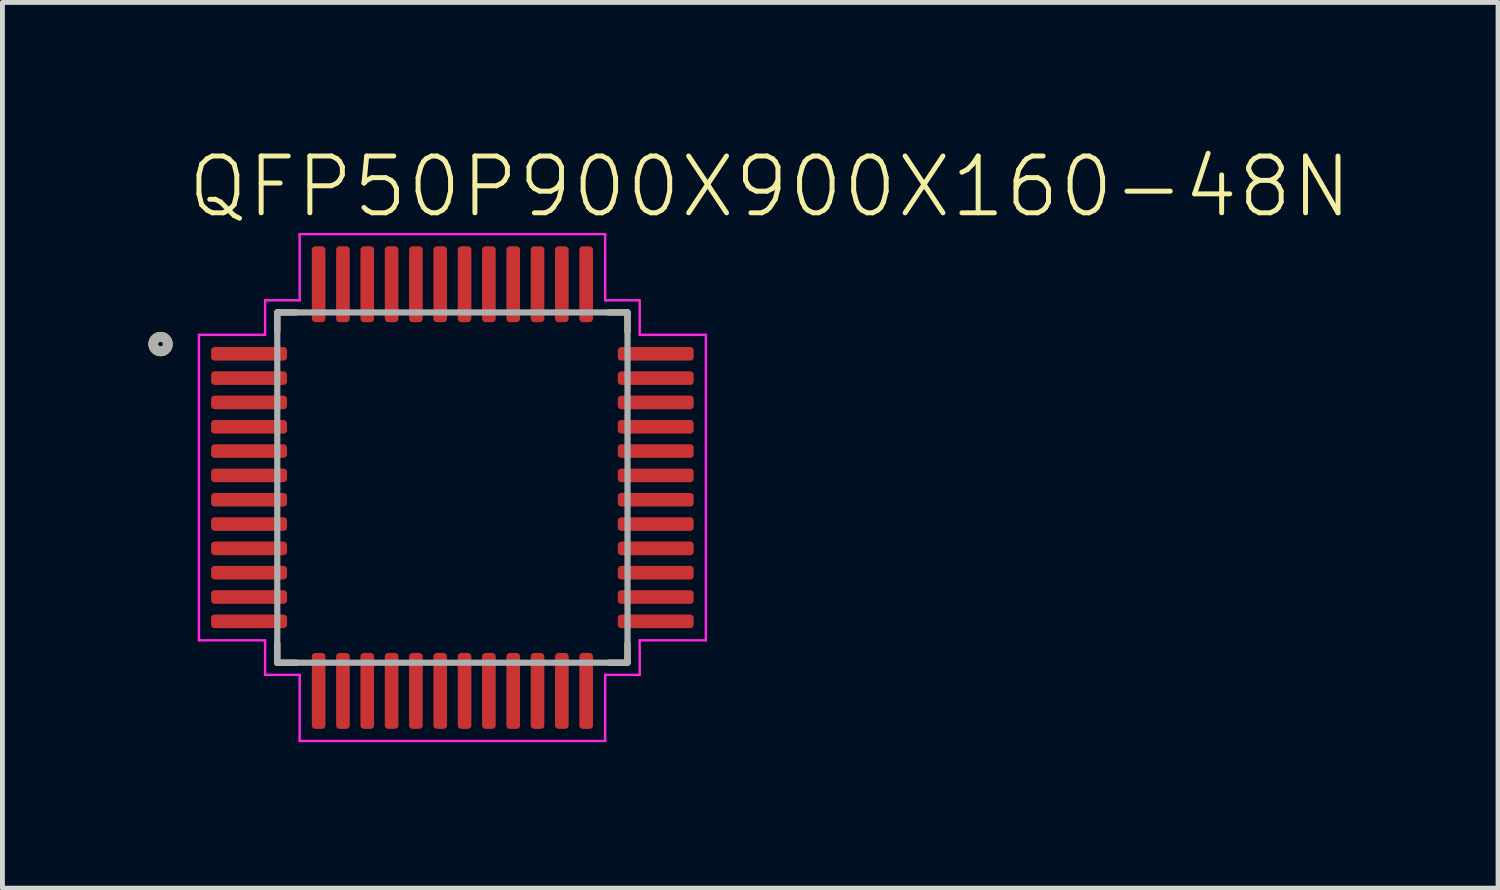
<source format=kicad_pcb>
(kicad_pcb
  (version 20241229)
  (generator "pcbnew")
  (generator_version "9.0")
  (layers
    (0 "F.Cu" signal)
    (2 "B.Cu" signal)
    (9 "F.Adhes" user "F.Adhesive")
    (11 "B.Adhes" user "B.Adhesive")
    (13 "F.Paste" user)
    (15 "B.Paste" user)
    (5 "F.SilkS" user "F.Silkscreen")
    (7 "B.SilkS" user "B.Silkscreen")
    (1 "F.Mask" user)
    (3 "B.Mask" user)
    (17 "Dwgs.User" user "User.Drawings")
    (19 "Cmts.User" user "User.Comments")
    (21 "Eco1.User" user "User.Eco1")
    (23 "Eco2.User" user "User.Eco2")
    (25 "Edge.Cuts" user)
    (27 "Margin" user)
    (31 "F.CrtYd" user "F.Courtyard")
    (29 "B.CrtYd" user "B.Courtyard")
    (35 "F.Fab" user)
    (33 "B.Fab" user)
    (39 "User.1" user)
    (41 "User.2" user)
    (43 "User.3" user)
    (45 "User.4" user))
  (footprint "QFP50P900X900X160-48N"
    (layer "F.Cu")
    (at 6.25 6.973)
    (property "Reference" "QFP50P900X900X160-48N" (at -5.5 -5.5 0) (layer "F.SilkS") (effects (font (size 1.168 1.168) (thickness 0.102)) (justify left bottom)))
    (fp_line (start -3.6 -3.6) (end -3.6 -3.21) (stroke (width 0.127) (type solid)) (layer "F.SilkS"))
    (fp_line (start -3.6 3.21) (end -3.6 3.6) (stroke (width 0.127) (type solid)) (layer "F.SilkS"))
    (fp_line (start -3.6 3.6) (end -3.21 3.6) (stroke (width 0.127) (type solid)) (layer "F.SilkS"))
    (fp_line (start -3.21 -3.6) (end -3.6 -3.6) (stroke (width 0.127) (type solid)) (layer "F.SilkS"))
    (fp_line (start 3.21 3.6) (end 3.6 3.6) (stroke (width 0.127) (type solid)) (layer "F.SilkS"))
    (fp_line (start 3.6 -3.6) (end 3.21 -3.6) (stroke (width 0.127) (type solid)) (layer "F.SilkS"))
    (fp_line (start 3.6 -3.21) (end 3.6 -3.6) (stroke (width 0.127) (type solid)) (layer "F.SilkS"))
    (fp_line (start 3.6 3.6) (end 3.6 3.21) (stroke (width 0.127) (type solid)) (layer "F.SilkS"))
    (fp_circle (center -6 -2.95) (end -5.85 -2.95) (stroke (width 0.2) (type solid)) (fill no) (layer "F.SilkS"))
    (fp_line (start -5.21 -3.14) (end -3.85 -3.14) (stroke (width 0.05) (type solid)) (layer "F.CrtYd"))
    (fp_line (start -5.21 3.14) (end -5.21 -3.14) (stroke (width 0.05) (type solid)) (layer "F.CrtYd"))
    (fp_line (start -3.85 -3.85) (end -3.14 -3.85) (stroke (width 0.05) (type solid)) (layer "F.CrtYd"))
    (fp_line (start -3.85 -3.14) (end -3.85 -3.85) (stroke (width 0.05) (type solid)) (layer "F.CrtYd"))
    (fp_line (start -3.85 3.14) (end -5.21 3.14) (stroke (width 0.05) (type solid)) (layer "F.CrtYd"))
    (fp_line (start -3.85 3.85) (end -3.85 3.14) (stroke (width 0.05) (type solid)) (layer "F.CrtYd"))
    (fp_line (start -3.14 -5.21) (end 3.14 -5.21) (stroke (width 0.05) (type solid)) (layer "F.CrtYd"))
    (fp_line (start -3.14 -3.85) (end -3.14 -5.21) (stroke (width 0.05) (type solid)) (layer "F.CrtYd"))
    (fp_line (start -3.14 3.85) (end -3.85 3.85) (stroke (width 0.05) (type solid)) (layer "F.CrtYd"))
    (fp_line (start -3.14 5.21) (end -3.14 3.85) (stroke (width 0.05) (type solid)) (layer "F.CrtYd"))
    (fp_line (start 3.14 -5.21) (end 3.14 -3.85) (stroke (width 0.05) (type solid)) (layer "F.CrtYd"))
    (fp_line (start 3.14 -3.85) (end 3.85 -3.85) (stroke (width 0.05) (type solid)) (layer "F.CrtYd"))
    (fp_line (start 3.14 3.85) (end 3.14 5.21) (stroke (width 0.05) (type solid)) (layer "F.CrtYd"))
    (fp_line (start 3.14 5.21) (end -3.14 5.21) (stroke (width 0.05) (type solid)) (layer "F.CrtYd"))
    (fp_line (start 3.85 -3.85) (end 3.85 -3.14) (stroke (width 0.05) (type solid)) (layer "F.CrtYd"))
    (fp_line (start 3.85 -3.14) (end 5.21 -3.14) (stroke (width 0.05) (type solid)) (layer "F.CrtYd"))
    (fp_line (start 3.85 3.14) (end 3.85 3.85) (stroke (width 0.05) (type solid)) (layer "F.CrtYd"))
    (fp_line (start 3.85 3.85) (end 3.14 3.85) (stroke (width 0.05) (type solid)) (layer "F.CrtYd"))
    (fp_line (start 5.21 -3.14) (end 5.21 3.14) (stroke (width 0.05) (type solid)) (layer "F.CrtYd"))
    (fp_line (start 5.21 3.14) (end 3.85 3.14) (stroke (width 0.05) (type solid)) (layer "F.CrtYd"))
    (fp_line (start -3.6 -3.6) (end 3.6 -3.6) (stroke (width 0.127) (type solid)) (layer "F.Fab"))
    (fp_line (start -3.6 3.6) (end -3.6 -3.6) (stroke (width 0.127) (type solid)) (layer "F.Fab"))
    (fp_line (start 3.6 -3.6) (end 3.6 3.6) (stroke (width 0.127) (type solid)) (layer "F.Fab"))
    (fp_line (start 3.6 3.6) (end -3.6 3.6) (stroke (width 0.127) (type solid)) (layer "F.Fab"))
    (fp_circle (center -6 -2.95) (end -5.85 -2.95) (stroke (width 0.2) (type solid)) (fill no) (layer "F.Fab"))
    (pad "1" smd roundrect (at -4.18 -2.75 90) (size 0.28 1.56) (layers "F.Cu" "F.Mask" "F.Paste") (roundrect_rratio 0.25))
    (pad "2" smd roundrect (at -4.18 -2.25 90) (size 0.28 1.56) (layers "F.Cu" "F.Mask" "F.Paste") (roundrect_rratio 0.25))
    (pad "3" smd roundrect (at -4.18 -1.75 90) (size 0.28 1.56) (layers "F.Cu" "F.Mask" "F.Paste") (roundrect_rratio 0.25))
    (pad "4" smd roundrect (at -4.18 -1.25 90) (size 0.28 1.56) (layers "F.Cu" "F.Mask" "F.Paste") (roundrect_rratio 0.25))
    (pad "5" smd roundrect (at -4.18 -0.75 90) (size 0.28 1.56) (layers "F.Cu" "F.Mask" "F.Paste") (roundrect_rratio 0.25))
    (pad "6" smd roundrect (at -4.18 -0.25 90) (size 0.28 1.56) (layers "F.Cu" "F.Mask" "F.Paste") (roundrect_rratio 0.25))
    (pad "7" smd roundrect (at -4.18 0.25 90) (size 0.28 1.56) (layers "F.Cu" "F.Mask" "F.Paste") (roundrect_rratio 0.25))
    (pad "8" smd roundrect (at -4.18 0.75 90) (size 0.28 1.56) (layers "F.Cu" "F.Mask" "F.Paste") (roundrect_rratio 0.25))
    (pad "9" smd roundrect (at -4.18 1.25 90) (size 0.28 1.56) (layers "F.Cu" "F.Mask" "F.Paste") (roundrect_rratio 0.25))
    (pad "10" smd roundrect (at -4.18 1.75 90) (size 0.28 1.56) (layers "F.Cu" "F.Mask" "F.Paste") (roundrect_rratio 0.25))
    (pad "11" smd roundrect (at -4.18 2.25 90) (size 0.28 1.56) (layers "F.Cu" "F.Mask" "F.Paste") (roundrect_rratio 0.25))
    (pad "12" smd roundrect (at -4.18 2.75 90) (size 0.28 1.56) (layers "F.Cu" "F.Mask" "F.Paste") (roundrect_rratio 0.25))
    (pad "13" smd roundrect (at -2.75 4.18) (size 0.28 1.56) (layers "F.Cu" "F.Mask" "F.Paste") (roundrect_rratio 0.25))
    (pad "14" smd roundrect (at -2.25 4.18) (size 0.28 1.56) (layers "F.Cu" "F.Mask" "F.Paste") (roundrect_rratio 0.25))
    (pad "15" smd roundrect (at -1.75 4.18) (size 0.28 1.56) (layers "F.Cu" "F.Mask" "F.Paste") (roundrect_rratio 0.25))
    (pad "16" smd roundrect (at -1.25 4.18) (size 0.28 1.56) (layers "F.Cu" "F.Mask" "F.Paste") (roundrect_rratio 0.25))
    (pad "17" smd roundrect (at -0.75 4.18) (size 0.28 1.56) (layers "F.Cu" "F.Mask" "F.Paste") (roundrect_rratio 0.25))
    (pad "18" smd roundrect (at -0.25 4.18) (size 0.28 1.56) (layers "F.Cu" "F.Mask" "F.Paste") (roundrect_rratio 0.25))
    (pad "19" smd roundrect (at 0.25 4.18) (size 0.28 1.56) (layers "F.Cu" "F.Mask" "F.Paste") (roundrect_rratio 0.25))
    (pad "20" smd roundrect (at 0.75 4.18) (size 0.28 1.56) (layers "F.Cu" "F.Mask" "F.Paste") (roundrect_rratio 0.25))
    (pad "21" smd roundrect (at 1.25 4.18) (size 0.28 1.56) (layers "F.Cu" "F.Mask" "F.Paste") (roundrect_rratio 0.25))
    (pad "22" smd roundrect (at 1.75 4.18) (size 0.28 1.56) (layers "F.Cu" "F.Mask" "F.Paste") (roundrect_rratio 0.25))
    (pad "23" smd roundrect (at 2.25 4.18) (size 0.28 1.56) (layers "F.Cu" "F.Mask" "F.Paste") (roundrect_rratio 0.25))
    (pad "24" smd roundrect (at 2.75 4.18) (size 0.28 1.56) (layers "F.Cu" "F.Mask" "F.Paste") (roundrect_rratio 0.25))
    (pad "25" smd roundrect (at 4.18 2.75 90) (size 0.28 1.56) (layers "F.Cu" "F.Mask" "F.Paste") (roundrect_rratio 0.25))
    (pad "26" smd roundrect (at 4.18 2.25 90) (size 0.28 1.56) (layers "F.Cu" "F.Mask" "F.Paste") (roundrect_rratio 0.25))
    (pad "27" smd roundrect (at 4.18 1.75 90) (size 0.28 1.56) (layers "F.Cu" "F.Mask" "F.Paste") (roundrect_rratio 0.25))
    (pad "28" smd roundrect (at 4.18 1.25 90) (size 0.28 1.56) (layers "F.Cu" "F.Mask" "F.Paste") (roundrect_rratio 0.25))
    (pad "29" smd roundrect (at 4.18 0.75 90) (size 0.28 1.56) (layers "F.Cu" "F.Mask" "F.Paste") (roundrect_rratio 0.25))
    (pad "30" smd roundrect (at 4.18 0.25 90) (size 0.28 1.56) (layers "F.Cu" "F.Mask" "F.Paste") (roundrect_rratio 0.25))
    (pad "31" smd roundrect (at 4.18 -0.25 90) (size 0.28 1.56) (layers "F.Cu" "F.Mask" "F.Paste") (roundrect_rratio 0.25))
    (pad "32" smd roundrect (at 4.18 -0.75 90) (size 0.28 1.56) (layers "F.Cu" "F.Mask" "F.Paste") (roundrect_rratio 0.25))
    (pad "33" smd roundrect (at 4.18 -1.25 90) (size 0.28 1.56) (layers "F.Cu" "F.Mask" "F.Paste") (roundrect_rratio 0.25))
    (pad "34" smd roundrect (at 4.18 -1.75 90) (size 0.28 1.56) (layers "F.Cu" "F.Mask" "F.Paste") (roundrect_rratio 0.25))
    (pad "35" smd roundrect (at 4.18 -2.25 90) (size 0.28 1.56) (layers "F.Cu" "F.Mask" "F.Paste") (roundrect_rratio 0.25))
    (pad "36" smd roundrect (at 4.18 -2.75 90) (size 0.28 1.56) (layers "F.Cu" "F.Mask" "F.Paste") (roundrect_rratio 0.25))
    (pad "37" smd roundrect (at 2.75 -4.18) (size 0.28 1.56) (layers "F.Cu" "F.Mask" "F.Paste") (roundrect_rratio 0.25))
    (pad "38" smd roundrect (at 2.25 -4.18) (size 0.28 1.56) (layers "F.Cu" "F.Mask" "F.Paste") (roundrect_rratio 0.25))
    (pad "39" smd roundrect (at 1.75 -4.18) (size 0.28 1.56) (layers "F.Cu" "F.Mask" "F.Paste") (roundrect_rratio 0.25))
    (pad "40" smd roundrect (at 1.25 -4.18) (size 0.28 1.56) (layers "F.Cu" "F.Mask" "F.Paste") (roundrect_rratio 0.25))
    (pad "41" smd roundrect (at 0.75 -4.18) (size 0.28 1.56) (layers "F.Cu" "F.Mask" "F.Paste") (roundrect_rratio 0.25))
    (pad "42" smd roundrect (at 0.25 -4.18) (size 0.28 1.56) (layers "F.Cu" "F.Mask" "F.Paste") (roundrect_rratio 0.25))
    (pad "43" smd roundrect (at -0.25 -4.18) (size 0.28 1.56) (layers "F.Cu" "F.Mask" "F.Paste") (roundrect_rratio 0.25))
    (pad "44" smd roundrect (at -0.75 -4.18) (size 0.28 1.56) (layers "F.Cu" "F.Mask" "F.Paste") (roundrect_rratio 0.25))
    (pad "45" smd roundrect (at -1.25 -4.18) (size 0.28 1.56) (layers "F.Cu" "F.Mask" "F.Paste") (roundrect_rratio 0.25))
    (pad "46" smd roundrect (at -1.75 -4.18) (size 0.28 1.56) (layers "F.Cu" "F.Mask" "F.Paste") (roundrect_rratio 0.25))
    (pad "47" smd roundrect (at -2.25 -4.18) (size 0.28 1.56) (layers "F.Cu" "F.Mask" "F.Paste") (roundrect_rratio 0.25))
    (pad "48" smd roundrect (at -2.75 -4.18) (size 0.28 1.56) (layers "F.Cu" "F.Mask" "F.Paste") (roundrect_rratio 0.25)))
  (gr_rect
    (start -3 -3)
    (end 27.746 15.208)
    (stroke (width 0.1) (type default))
    (fill no)
    (layer "Edge.Cuts")))
</source>
